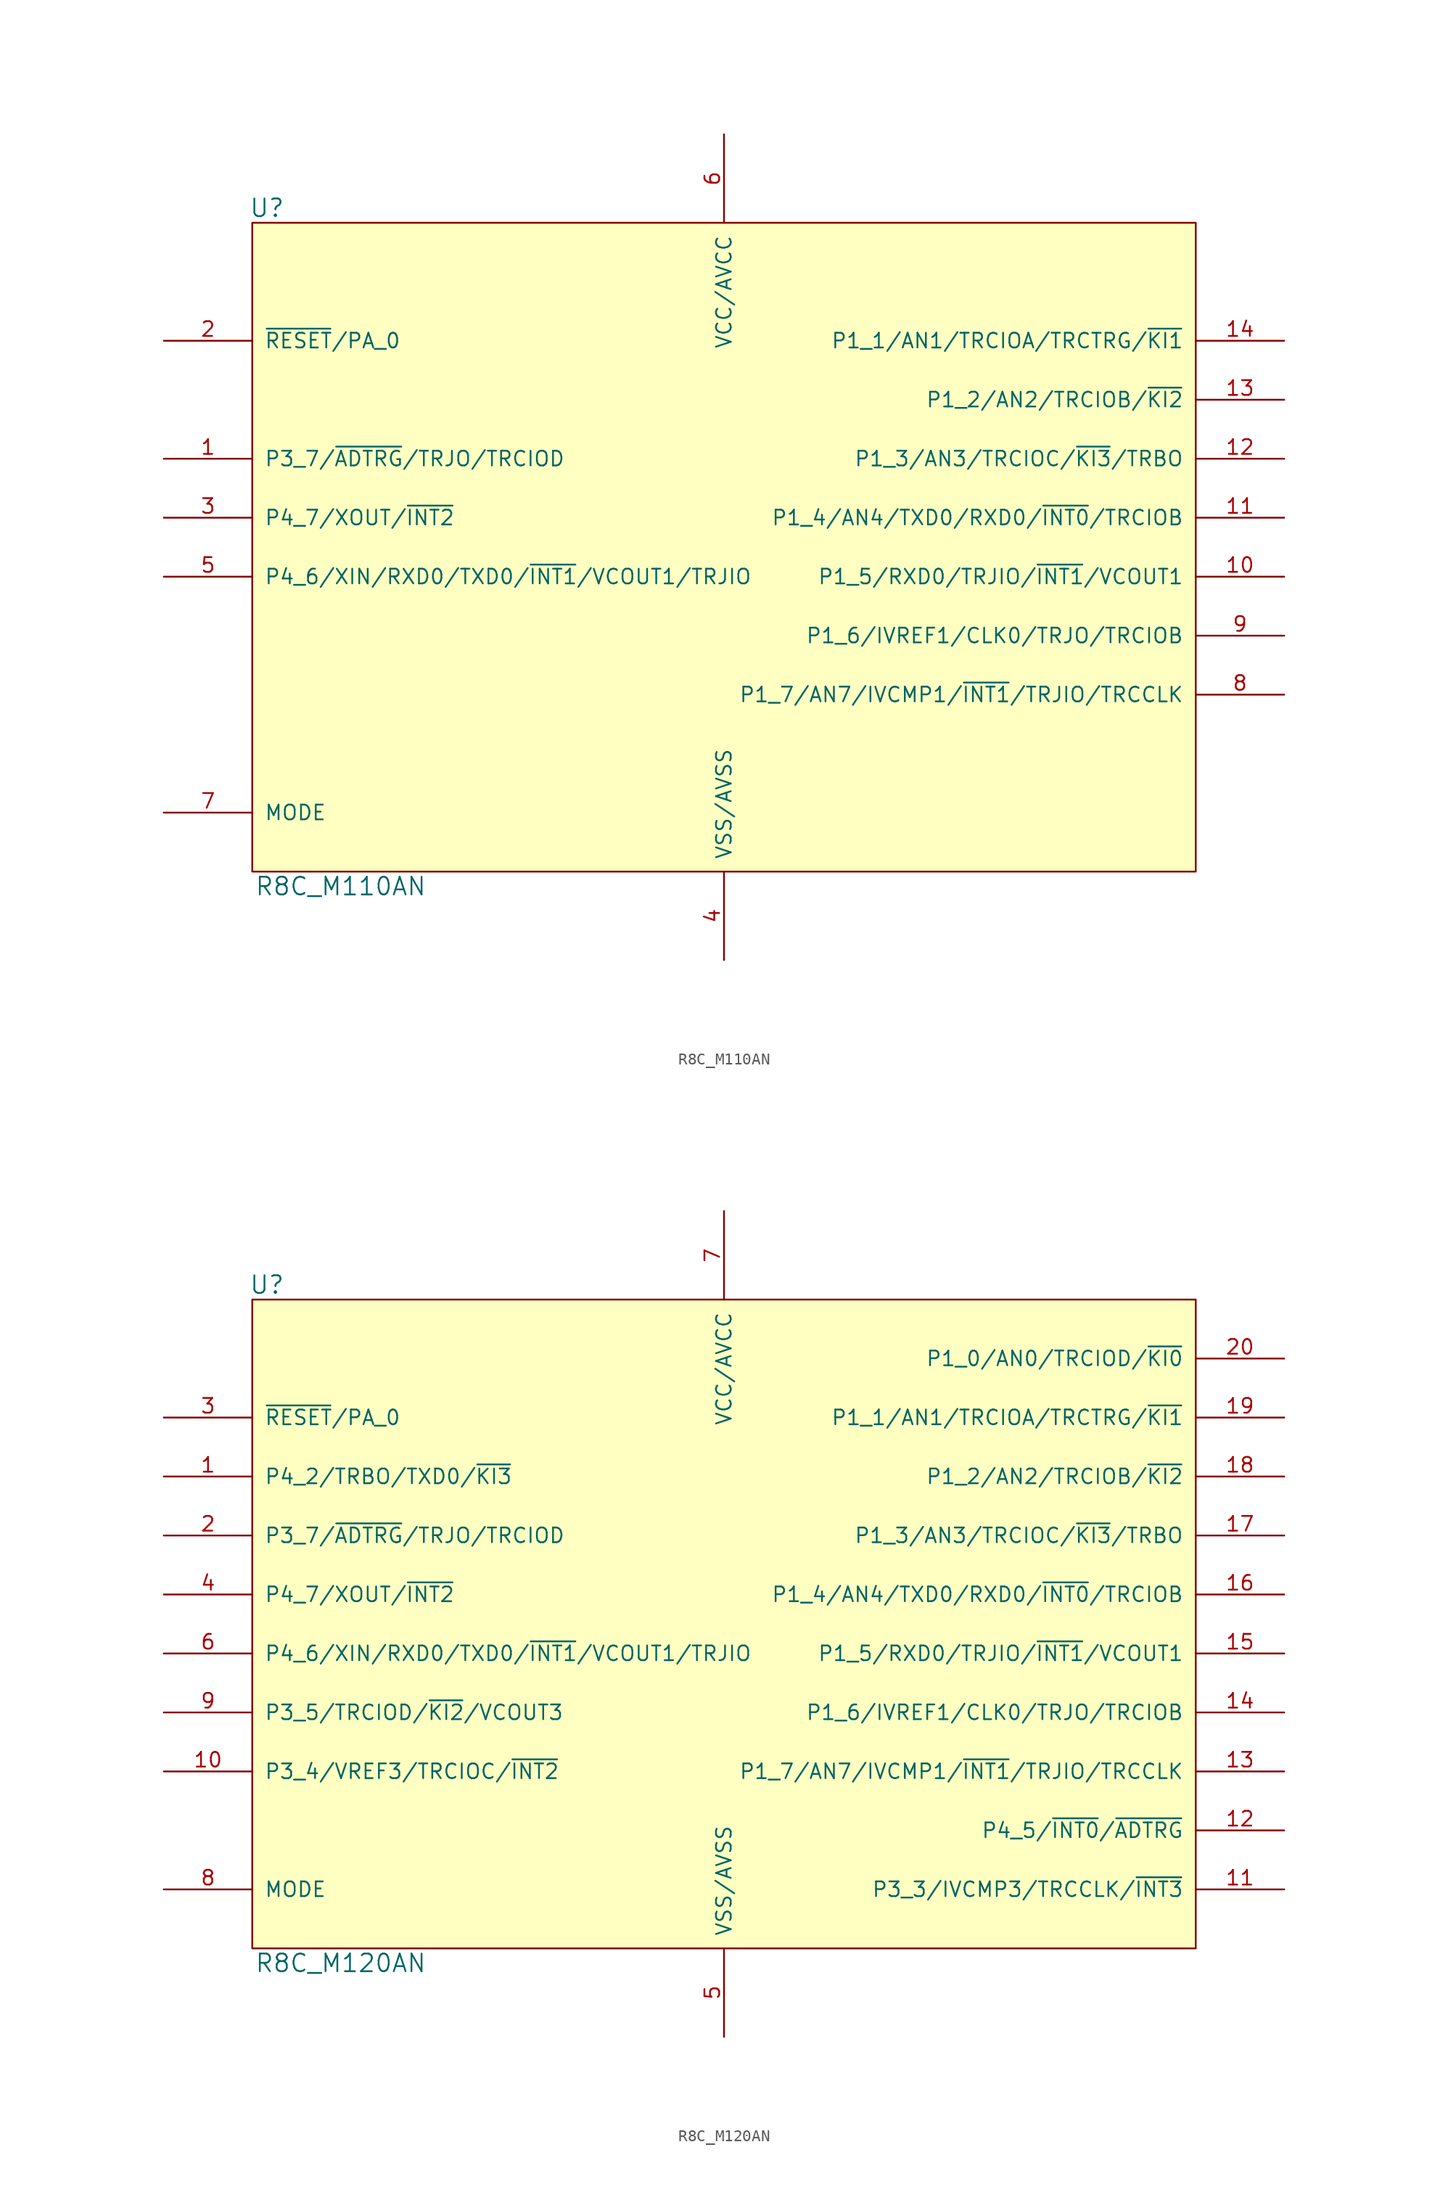
<source format=kicad_sym>
(kicad_symbol_lib
  (version 20211014)
  (generator kicad_symbol_editor)
  (symbol "R8C_M110AN"
    (pin_names
      (offset 1.016))
    (property "Reference" "U"
      (at -39.37 29.21 0)
      (effects (font (size 1.524 1.524))))
    (property "Value" "R8C_M110AN"
      (at -33.02 -29.21 0)
      (effects (font (size 1.524 1.524))))
    (property "Footprint" ""
      (at 0 0 0)
      (effects (font (size 1.524 1.524))))
    (property "Datasheet" ""
      (at 0 0 0)
      (effects (font (size 1.524 1.524))))
    (symbol "R8C_M110AN_0_1"
      (rectangle (start -40.64 27.94) (end 40.64 -27.94) (stroke (width 0) (type default) (color 0 0 0 0)) (fill (type background))))
    (symbol "R8C_M110AN_1_1"
      (pin bidirectional line (at -48.26 7.62 0) (length 7.62) (name "P3_7/~{ADTRG}/TRJO/TRCIOD" (effects (font (size 1.27 1.27)))) (number "1" (effects (font (size 1.27 1.27)))))
      (pin bidirectional line (at 48.26 -2.54 180) (length 7.62) (name "P1_5/RXD0/TRJIO/~{INT1}/VCOUT1" (effects (font (size 1.27 1.27)))) (number "10" (effects (font (size 1.27 1.27)))))
      (pin bidirectional line (at 48.26 2.54 180) (length 7.62) (name "P1_4/AN4/TXD0/RXD0/~{INT0}/TRCIOB" (effects (font (size 1.27 1.27)))) (number "11" (effects (font (size 1.27 1.27)))))
      (pin bidirectional line (at 48.26 7.62 180) (length 7.62) (name "P1_3/AN3/TRCIOC/~{KI3}/TRBO" (effects (font (size 1.27 1.27)))) (number "12" (effects (font (size 1.27 1.27)))))
      (pin bidirectional line (at 48.26 12.7 180) (length 7.62) (name "P1_2/AN2/TRCIOB/~{KI2}" (effects (font (size 1.27 1.27)))) (number "13" (effects (font (size 1.27 1.27)))))
      (pin bidirectional line (at 48.26 17.78 180) (length 7.62) (name "P1_1/AN1/TRCIOA/TRCTRG/~{KI1}" (effects (font (size 1.27 1.27)))) (number "14" (effects (font (size 1.27 1.27)))))
      (pin bidirectional line (at -48.26 17.78 0) (length 7.62) (name "~{RESET}/PA_0" (effects (font (size 1.27 1.27)))) (number "2" (effects (font (size 1.27 1.27)))))
      (pin bidirectional line (at -48.26 2.54 0) (length 7.62) (name "P4_7/XOUT/~{INT2}" (effects (font (size 1.27 1.27)))) (number "3" (effects (font (size 1.27 1.27)))))
      (pin power_in line (at 0 -35.56 90) (length 7.62) (name "VSS/AVSS" (effects (font (size 1.27 1.27)))) (number "4" (effects (font (size 1.27 1.27)))))
      (pin bidirectional line (at -48.26 -2.54 0) (length 7.62) (name "P4_6/XIN/RXD0/TXD0/~{INT1}/VCOUT1/TRJIO" (effects (font (size 1.27 1.27)))) (number "5" (effects (font (size 1.27 1.27)))))
      (pin power_in line (at 0 35.56 270) (length 7.62) (name "VCC/AVCC" (effects (font (size 1.27 1.27)))) (number "6" (effects (font (size 1.27 1.27)))))
      (pin input line (at -48.26 -22.86 0) (length 7.62) (name "MODE" (effects (font (size 1.27 1.27)))) (number "7" (effects (font (size 1.27 1.27)))))
      (pin bidirectional line (at 48.26 -12.7 180) (length 7.62) (name "P1_7/AN7/IVCMP1/~{INT1}/TRJIO/TRCCLK" (effects (font (size 1.27 1.27)))) (number "8" (effects (font (size 1.27 1.27)))))
      (pin bidirectional line (at 48.26 -7.62 180) (length 7.62) (name "P1_6/IVREF1/CLK0/TRJO/TRCIOB" (effects (font (size 1.27 1.27)))) (number "9" (effects (font (size 1.27 1.27)))))))
  (symbol "R8C_M120AN"
    (pin_names
      (offset 1.016))
    (property "Reference" "U"
      (at -39.37 29.21 0)
      (effects (font (size 1.524 1.524))))
    (property "Value" "R8C_M120AN"
      (at -33.02 -29.21 0)
      (effects (font (size 1.524 1.524))))
    (property "Footprint" ""
      (at 0 0 0)
      (effects (font (size 1.524 1.524))))
    (property "Datasheet" ""
      (at 0 0 0)
      (effects (font (size 1.524 1.524))))
    (symbol "R8C_M120AN_0_1"
      (rectangle (start -40.64 27.94) (end 40.64 -27.94) (stroke (width 0) (type default) (color 0 0 0 0)) (fill (type background))))
    (symbol "R8C_M120AN_1_1"
      (pin bidirectional line (at -48.26 12.7 0) (length 7.62) (name "P4_2/TRBO/TXD0/~{KI3}" (effects (font (size 1.27 1.27)))) (number "1" (effects (font (size 1.27 1.27)))))
      (pin bidirectional line (at -48.26 -12.7 0) (length 7.62) (name "P3_4/VREF3/TRCIOC/~{INT2}" (effects (font (size 1.27 1.27)))) (number "10" (effects (font (size 1.27 1.27)))))
      (pin bidirectional line (at 48.26 -22.86 180) (length 7.62) (name "P3_3/IVCMP3/TRCCLK/~{INT3}" (effects (font (size 1.27 1.27)))) (number "11" (effects (font (size 1.27 1.27)))))
      (pin bidirectional line (at 48.26 -17.78 180) (length 7.62) (name "P4_5/~{INT0}/~{ADTRG}" (effects (font (size 1.27 1.27)))) (number "12" (effects (font (size 1.27 1.27)))))
      (pin bidirectional line (at 48.26 -12.7 180) (length 7.62) (name "P1_7/AN7/IVCMP1/~{INT1}/TRJIO/TRCCLK" (effects (font (size 1.27 1.27)))) (number "13" (effects (font (size 1.27 1.27)))))
      (pin bidirectional line (at 48.26 -7.62 180) (length 7.62) (name "P1_6/IVREF1/CLK0/TRJO/TRCIOB" (effects (font (size 1.27 1.27)))) (number "14" (effects (font (size 1.27 1.27)))))
      (pin bidirectional line (at 48.26 -2.54 180) (length 7.62) (name "P1_5/RXD0/TRJIO/~{INT1}/VCOUT1" (effects (font (size 1.27 1.27)))) (number "15" (effects (font (size 1.27 1.27)))))
      (pin bidirectional line (at 48.26 2.54 180) (length 7.62) (name "P1_4/AN4/TXD0/RXD0/~{INT0}/TRCIOB" (effects (font (size 1.27 1.27)))) (number "16" (effects (font (size 1.27 1.27)))))
      (pin bidirectional line (at 48.26 7.62 180) (length 7.62) (name "P1_3/AN3/TRCIOC/~{KI3}/TRBO" (effects (font (size 1.27 1.27)))) (number "17" (effects (font (size 1.27 1.27)))))
      (pin bidirectional line (at 48.26 12.7 180) (length 7.62) (name "P1_2/AN2/TRCIOB/~{KI2}" (effects (font (size 1.27 1.27)))) (number "18" (effects (font (size 1.27 1.27)))))
      (pin bidirectional line (at 48.26 17.78 180) (length 7.62) (name "P1_1/AN1/TRCIOA/TRCTRG/~{KI1}" (effects (font (size 1.27 1.27)))) (number "19" (effects (font (size 1.27 1.27)))))
      (pin bidirectional line (at -48.26 7.62 0) (length 7.62) (name "P3_7/~{ADTRG}/TRJO/TRCIOD" (effects (font (size 1.27 1.27)))) (number "2" (effects (font (size 1.27 1.27)))))
      (pin bidirectional line (at 48.26 22.86 180) (length 7.62) (name "P1_0/AN0/TRCIOD/~{KI0}" (effects (font (size 1.27 1.27)))) (number "20" (effects (font (size 1.27 1.27)))))
      (pin bidirectional line (at -48.26 17.78 0) (length 7.62) (name "~{RESET}/PA_0" (effects (font (size 1.27 1.27)))) (number "3" (effects (font (size 1.27 1.27)))))
      (pin bidirectional line (at -48.26 2.54 0) (length 7.62) (name "P4_7/XOUT/~{INT2}" (effects (font (size 1.27 1.27)))) (number "4" (effects (font (size 1.27 1.27)))))
      (pin power_in line (at 0 -35.56 90) (length 7.62) (name "VSS/AVSS" (effects (font (size 1.27 1.27)))) (number "5" (effects (font (size 1.27 1.27)))))
      (pin bidirectional line (at -48.26 -2.54 0) (length 7.62) (name "P4_6/XIN/RXD0/TXD0/~{INT1}/VCOUT1/TRJIO" (effects (font (size 1.27 1.27)))) (number "6" (effects (font (size 1.27 1.27)))))
      (pin power_in line (at 0 35.56 270) (length 7.62) (name "VCC/AVCC" (effects (font (size 1.27 1.27)))) (number "7" (effects (font (size 1.27 1.27)))))
      (pin input line (at -48.26 -22.86 0) (length 7.62) (name "MODE" (effects (font (size 1.27 1.27)))) (number "8" (effects (font (size 1.27 1.27)))))
      (pin bidirectional line (at -48.26 -7.62 0) (length 7.62) (name "P3_5/TRCIOD/~{KI2}/VCOUT3" (effects (font (size 1.27 1.27)))) (number "9" (effects (font (size 1.27 1.27))))))))
</source>
